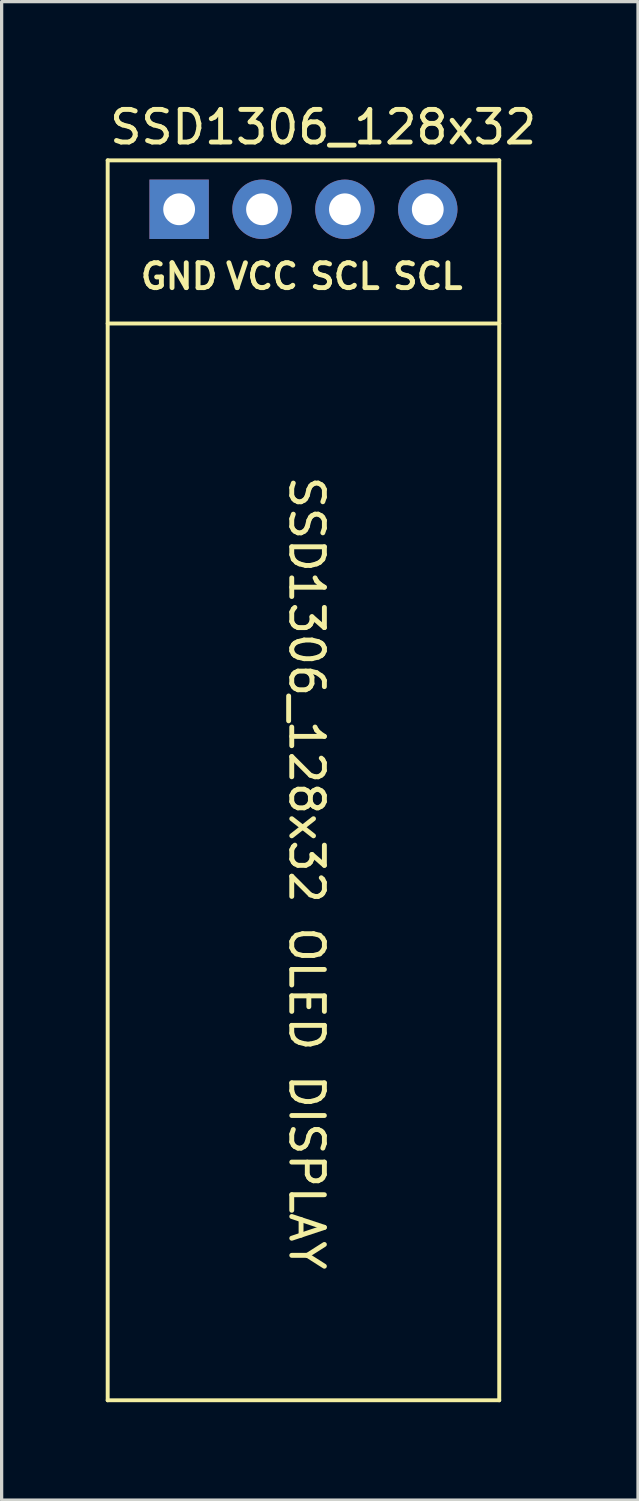
<source format=kicad_pcb>
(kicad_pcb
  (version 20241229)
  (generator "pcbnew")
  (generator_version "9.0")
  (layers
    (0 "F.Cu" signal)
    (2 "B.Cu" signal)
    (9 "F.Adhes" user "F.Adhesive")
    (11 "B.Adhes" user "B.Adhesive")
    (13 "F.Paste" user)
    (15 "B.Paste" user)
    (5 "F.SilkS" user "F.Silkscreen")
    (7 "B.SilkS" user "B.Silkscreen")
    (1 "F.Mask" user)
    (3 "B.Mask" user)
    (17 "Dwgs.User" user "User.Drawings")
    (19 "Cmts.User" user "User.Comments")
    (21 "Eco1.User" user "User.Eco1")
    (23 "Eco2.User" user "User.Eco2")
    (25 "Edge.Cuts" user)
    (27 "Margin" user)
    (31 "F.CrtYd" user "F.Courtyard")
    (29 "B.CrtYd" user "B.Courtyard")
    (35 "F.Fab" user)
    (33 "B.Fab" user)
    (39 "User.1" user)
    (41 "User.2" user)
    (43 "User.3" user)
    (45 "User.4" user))
  (footprint "SSD1306_128x32"
    (layer "F.Cu")
    (at 0.25 1.864)
    (property "Reference" "SSD1306_128x32" (at 6.604 -1.016 0) (layer "F.SilkS") (effects (font (size 1 1) (thickness 0.15))))
    (attr through_hole)
    (fp_line (start 0 0) (end 0 38) (stroke (width 0.12) (type solid)) (layer "F.SilkS"))
    (fp_line (start 0 38) (end 12 38) (stroke (width 0.12) (type solid)) (layer "F.SilkS"))
    (fp_line (start 12 0) (end 0 0) (stroke (width 0.12) (type solid)) (layer "F.SilkS"))
    (fp_line (start 12 5) (end 0 5) (stroke (width 0.12) (type solid)) (layer "F.SilkS"))
    (fp_line (start 12 38) (end 12 0) (stroke (width 0.12) (type solid)) (layer "F.SilkS"))
    (fp_text user "SSD1306_128x32 OLED DISPLAY" (at 6.096 21.844 270) (unlocked yes) (layer "F.SilkS") (effects (font (size 1 1) (thickness 0.15))))
    (fp_text user "VCC" (at 4.73 3.556 0) (layer "F.SilkS") (effects (font (size 0.762 0.762) (thickness 0.15))))
    (fp_text user "GND" (at 2.19 3.556 0) (layer "F.SilkS") (effects (font (size 0.762 0.762) (thickness 0.15))))
    (fp_text user "SCL" (at 7.27 3.556 0) (layer "F.SilkS") (effects (font (size 0.762 0.762) (thickness 0.15))))
    (fp_text user "SCL" (at 9.81 3.556 0) (layer "F.SilkS") (effects (font (size 0.762 0.762) (thickness 0.15))))
    (pad "1" thru_hole rect (at 2.19 1.5) (size 1.82 1.82) (drill 0.974) (layers "*.Cu" "*.Mask"))
    (pad "2" thru_hole circle (at 4.73 1.5) (size 1.82 1.82) (drill 0.974) (layers "*.Cu" "*.Mask"))
    (pad "3" thru_hole circle (at 7.27 1.5) (size 1.82 1.82) (drill 0.974) (layers "*.Cu" "*.Mask"))
    (pad "4" thru_hole circle (at 9.81 1.5) (size 1.82 1.82) (drill 0.974) (layers "*.Cu" "*.Mask")))
  (gr_rect
    (start -3 -3)
    (end 16.503 42.924)
    (stroke (width 0.1) (type default))
    (fill no)
    (layer "Edge.Cuts")))
</source>
